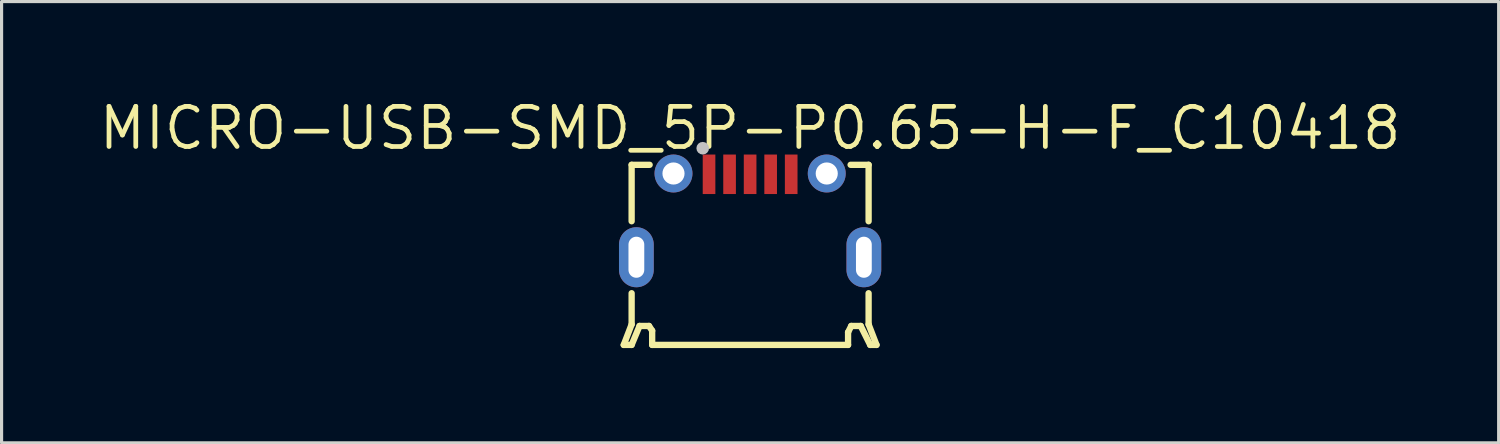
<source format=kicad_pcb>
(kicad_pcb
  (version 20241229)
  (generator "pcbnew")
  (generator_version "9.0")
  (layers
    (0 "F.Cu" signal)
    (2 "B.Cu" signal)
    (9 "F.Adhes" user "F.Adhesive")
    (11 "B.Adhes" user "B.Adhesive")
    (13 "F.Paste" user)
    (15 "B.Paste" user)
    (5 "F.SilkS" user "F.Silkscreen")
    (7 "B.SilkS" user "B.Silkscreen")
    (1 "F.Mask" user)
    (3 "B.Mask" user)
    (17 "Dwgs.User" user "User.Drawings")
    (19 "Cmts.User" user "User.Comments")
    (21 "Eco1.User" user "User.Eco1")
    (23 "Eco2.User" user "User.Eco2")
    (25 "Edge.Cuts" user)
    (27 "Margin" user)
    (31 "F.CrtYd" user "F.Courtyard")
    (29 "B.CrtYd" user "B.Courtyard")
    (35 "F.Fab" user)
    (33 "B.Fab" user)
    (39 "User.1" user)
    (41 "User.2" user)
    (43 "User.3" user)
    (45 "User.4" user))
  (footprint "MICRO-USB-SMD_5P-P0.65-H-F_C10418"
    (layer "F.Cu")
    (at 20.69 3.766)
    (property "Reference" "MICRO-USB-SMD_5P-P0.65-H-F_C10418" (at 0 -2.76 0) (layer "F.SilkS") (effects (font (size 1.27 1.27) (thickness 0.15))))
    (fp_line (start -4 4.1) (end -3.75 4.1) (stroke (width 0.2) (type default)) (layer "F.SilkS"))
    (fp_line (start -3.75 3.45) (end -4 4.1) (stroke (width 0.2) (type default)) (layer "F.SilkS"))
    (fp_line (start -3.75 4.1) (end -3.5 3.5) (stroke (width 0.2) (type default)) (layer "F.SilkS"))
    (fp_line (start -3.75 -1.6) (end -3.75 0.186) (stroke (width 0.2) (type default)) (layer "F.SilkS"))
    (fp_line (start -3.75 2.464) (end -3.75 3.45) (stroke (width 0.2) (type default)) (layer "F.SilkS"))
    (fp_line (start -3.5 3.5) (end -3.2 3.5) (stroke (width 0.2) (type default)) (layer "F.SilkS"))
    (fp_line (start -3.2 3.5) (end -3.1 3.65) (stroke (width 0.2) (type default)) (layer "F.SilkS"))
    (fp_line (start -3.18 -1.6) (end -3.75 -1.6) (stroke (width 0.2) (type default)) (layer "F.SilkS"))
    (fp_line (start -3.1 4.1) (end 3.1 4.1) (stroke (width 0.2) (type default)) (layer "F.SilkS"))
    (fp_line (start -3.1 3.65) (end -3.1 4.1) (stroke (width 0.2) (type default)) (layer "F.SilkS"))
    (fp_line (start 3.1 3.7) (end 3.2 3.5) (stroke (width 0.2) (type default)) (layer "F.SilkS"))
    (fp_line (start 3.1 4.1) (end 3.1 3.7) (stroke (width 0.2) (type default)) (layer "F.SilkS"))
    (fp_line (start 3.18 -1.6) (end 3.75 -1.6) (stroke (width 0.2) (type default)) (layer "F.SilkS"))
    (fp_line (start 3.2 3.5) (end 3.5 3.5) (stroke (width 0.2) (type default)) (layer "F.SilkS"))
    (fp_line (start 3.5 3.5) (end 3.8 4.1) (stroke (width 0.2) (type default)) (layer "F.SilkS"))
    (fp_line (start 3.75 -1.6) (end 3.75 0.186) (stroke (width 0.2) (type default)) (layer "F.SilkS"))
    (fp_line (start 3.75 2.464) (end 3.75 3.45) (stroke (width 0.2) (type default)) (layer "F.SilkS"))
    (fp_line (start 3.8 4.1) (end 4 4.1) (stroke (width 0.2) (type default)) (layer "F.SilkS"))
    (fp_line (start 4 4.1) (end 3.75 3.45) (stroke (width 0.2) (type default)) (layer "F.SilkS"))
    (fp_circle (center -1.5 -2.125) (end -1.4 -2.125) (stroke (width 0.2) (type default)) (fill no) (layer "Dwgs.User"))
    (fp_circle (center -3.75 -1.695) (end -3.72 -1.695) (stroke (width 0.06) (type default)) (fill no) (layer "User.5"))
    (pad "1" smd rect (at -1.3 -1.3 270) (size 1.25 0.4) (layers "F.Cu" "F.Mask" "F.Paste"))
    (pad "2" smd rect (at -0.65 -1.3 270) (size 1.25 0.4) (layers "F.Cu" "F.Mask" "F.Paste"))
    (pad "3" smd rect (at 0 -1.3 270) (size 1.25 0.4) (layers "F.Cu" "F.Mask" "F.Paste"))
    (pad "4" smd rect (at 0.65 -1.3 270) (size 1.25 0.4) (layers "F.Cu" "F.Mask" "F.Paste"))
    (pad "5" smd rect (at 1.3 -1.3 270) (size 1.25 0.4) (layers "F.Cu" "F.Mask" "F.Paste"))
    (pad "SH0" thru_hole oval (at -2.425 -1.325) (size 1.2 1.2) (drill 0.7) (layers "*.Cu" "*.Mask"))
    (pad "SH1" thru_hole oval (at -3.6 1.325) (size 1.1 1.9) (drill oval 0.5 1.3) (layers "*.Cu" "*.Mask"))
    (pad "SH2" thru_hole oval (at 3.6 1.325) (size 1.1 1.9) (drill oval 0.5 1.3) (layers "*.Cu" "*.Mask"))
    (pad "SH3" thru_hole oval (at 2.425 -1.325) (size 1.2 1.2) (drill 0.7) (layers "*.Cu" "*.Mask"))
    (zone (net_name "") (layer "F.Paste") (hatch edge 0.5) (priority 100) (connect_pads yes) (min_thickness 0) (filled_areas_thickness no) (fill yes) (polygon (pts (xy 19.19 1.841) (xy 19.19 3.091) (xy 19.59 3.091) (xy 19.59 1.841))) (filled_polygon (layer "F.Paste") (island) (pts (xy 19.19 1.841) (xy 19.19 3.091) (xy 19.59 3.091) (xy 19.59 1.841))))
    (zone (net_name "") (layer "F.Paste") (hatch edge 0.5) (priority 100) (connect_pads yes) (min_thickness 0) (filled_areas_thickness no) (fill yes) (polygon (pts (xy 19.84 1.841) (xy 19.84 3.091) (xy 20.24 3.091) (xy 20.24 1.841))) (filled_polygon (layer "F.Paste") (island) (pts (xy 19.84 1.841) (xy 19.84 3.091) (xy 20.24 3.091) (xy 20.24 1.841))))
    (zone (net_name "") (layer "F.Paste") (hatch edge 0.5) (priority 100) (connect_pads yes) (min_thickness 0) (filled_areas_thickness no) (fill yes) (polygon (pts (xy 20.49 1.841) (xy 20.49 3.091) (xy 20.89 3.091) (xy 20.89 1.841))) (filled_polygon (layer "F.Paste") (island) (pts (xy 20.49 1.841) (xy 20.49 3.091) (xy 20.89 3.091) (xy 20.89 1.841))))
    (zone (net_name "") (layer "F.Paste") (hatch edge 0.5) (priority 100) (connect_pads yes) (min_thickness 0) (filled_areas_thickness no) (fill yes) (polygon (pts (xy 21.14 1.841) (xy 21.14 3.091) (xy 21.54 3.091) (xy 21.54 1.841))) (filled_polygon (layer "F.Paste") (island) (pts (xy 21.14 1.841) (xy 21.14 3.091) (xy 21.54 3.091) (xy 21.54 1.841))))
    (zone (net_name "") (layer "F.Paste") (hatch edge 0.5) (priority 100) (connect_pads yes) (min_thickness 0) (filled_areas_thickness no) (fill yes) (polygon (pts (xy 21.79 1.841) (xy 21.79 3.091) (xy 22.19 3.091) (xy 22.19 1.841))) (filled_polygon (layer "F.Paste") (island) (pts (xy 21.79 1.841) (xy 21.79 3.091) (xy 22.19 3.091) (xy 22.19 1.841))))
    (zone (net_name "") (layer "F.Paste") (hatch edge 0.5) (priority 100) (connect_pads yes) (min_thickness 0) (filled_areas_thickness no) (fill yes) (polygon (pts (xy 17.131 4.143) (xy 17.104 4.141) (xy 17.076 4.141) (xy 17.049 4.143) (xy 17.022 4.145) (xy 16.995 4.149) (xy 16.968 4.155) (xy 16.941 4.162) (xy 16.915 4.17) (xy 16.889 4.179) (xy 16.864 4.19) (xy 16.839 4.202) (xy 16.815 4.215) (xy 16.792 4.229) (xy 16.769 4.245) (xy 16.747 4.261) (xy 16.726 4.279) (xy 16.706 4.298) (xy 16.687 4.317) (xy 16.669 4.338) (xy 16.652 4.359) (xy 16.636 4.381) (xy 16.621 4.404) (xy 16.607 4.428) (xy 16.595 4.453) (xy 16.583 4.478) (xy 16.573 4.503) (xy 16.565 4.529) (xy 16.557 4.556) (xy 16.551 4.582) (xy 16.546 4.609) (xy 16.543 4.636) (xy 16.541 4.664) (xy 16.54 4.691) (xy 16.54 5.491) (xy 16.541 5.519) (xy 16.543 5.546) (xy 16.546 5.573) (xy 16.551 5.6) (xy 16.557 5.627) (xy 16.565 5.653) (xy 16.573 5.679) (xy 16.583 5.705) (xy 16.595 5.73) (xy 16.607 5.754) (xy 16.621 5.778) (xy 16.636 5.801) (xy 16.652 5.823) (xy 16.669 5.845) (xy 16.687 5.865) (xy 16.706 5.885) (xy 16.726 5.904) (xy 16.747 5.921) (xy 16.769 5.938) (xy 16.792 5.953) (xy 16.815 5.968) (xy 16.839 5.981) (xy 16.864 5.992) (xy 16.889 6.003) (xy 16.915 6.013) (xy 16.941 6.021) (xy 16.968 6.027) (xy 16.995 6.033) (xy 17.022 6.037) (xy 17.049 6.04) (xy 17.076 6.041) (xy 17.104 6.041) (xy 17.131 6.04) (xy 17.159 6.037) (xy 17.186 6.033) (xy 17.213 6.027) (xy 17.239 6.021) (xy 17.265 6.013) (xy 17.291 6.003) (xy 17.316 5.992) (xy 17.341 5.981) (xy 17.365 5.968) (xy 17.389 5.953) (xy 17.411 5.938) (xy 17.433 5.921) (xy 17.454 5.904) (xy 17.474 5.885) (xy 17.493 5.865) (xy 17.512 5.845) (xy 17.529 5.823) (xy 17.545 5.801) (xy 17.56 5.778) (xy 17.573 5.754) (xy 17.586 5.73) (xy 17.597 5.705) (xy 17.607 5.679) (xy 17.616 5.653) (xy 17.623 5.627) (xy 17.629 5.6) (xy 17.634 5.573) (xy 17.637 5.546) (xy 17.64 5.519) (xy 17.64 5.491) (xy 17.64 4.691) (xy 17.64 4.664) (xy 17.637 4.636) (xy 17.634 4.609) (xy 17.629 4.582) (xy 17.623 4.556) (xy 17.616 4.529) (xy 17.607 4.503) (xy 17.597 4.478) (xy 17.586 4.453) (xy 17.573 4.428) (xy 17.56 4.404) (xy 17.545 4.381) (xy 17.529 4.359) (xy 17.512 4.338) (xy 17.493 4.317) (xy 17.474 4.298) (xy 17.454 4.279) (xy 17.433 4.261) (xy 17.411 4.245) (xy 17.389 4.229) (xy 17.365 4.215) (xy 17.341 4.202) (xy 17.316 4.19) (xy 17.291 4.179) (xy 17.265 4.17) (xy 17.239 4.162) (xy 17.213 4.155) (xy 17.186 4.149) (xy 17.159 4.145))) (filled_polygon (layer "F.Paste") (island) (pts (xy 17.131 4.143) (xy 17.104 4.141) (xy 17.076 4.141) (xy 17.049 4.143) (xy 17.022 4.145) (xy 16.995 4.149) (xy 16.968 4.155) (xy 16.941 4.162) (xy 16.915 4.17) (xy 16.889 4.179) (xy 16.864 4.19) (xy 16.839 4.202) (xy 16.815 4.215) (xy 16.792 4.229) (xy 16.769 4.245) (xy 16.747 4.261) (xy 16.726 4.279) (xy 16.706 4.298) (xy 16.687 4.317) (xy 16.669 4.338) (xy 16.652 4.359) (xy 16.636 4.381) (xy 16.621 4.404) (xy 16.607 4.428) (xy 16.595 4.453) (xy 16.583 4.478) (xy 16.573 4.503) (xy 16.565 4.529) (xy 16.557 4.556) (xy 16.551 4.582) (xy 16.546 4.609) (xy 16.543 4.636) (xy 16.541 4.664) (xy 16.54 4.691) (xy 16.54 5.491) (xy 16.541 5.519) (xy 16.543 5.546) (xy 16.546 5.573) (xy 16.551 5.6) (xy 16.557 5.627) (xy 16.565 5.653) (xy 16.573 5.679) (xy 16.583 5.705) (xy 16.595 5.73) (xy 16.607 5.754) (xy 16.621 5.778) (xy 16.636 5.801) (xy 16.652 5.823) (xy 16.669 5.845) (xy 16.687 5.865) (xy 16.706 5.885) (xy 16.726 5.904) (xy 16.747 5.921) (xy 16.769 5.938) (xy 16.792 5.953) (xy 16.815 5.968) (xy 16.839 5.981) (xy 16.864 5.992) (xy 16.889 6.003) (xy 16.915 6.013) (xy 16.941 6.021) (xy 16.968 6.027) (xy 16.995 6.033) (xy 17.022 6.037) (xy 17.049 6.04) (xy 17.076 6.041) (xy 17.104 6.041) (xy 17.131 6.04) (xy 17.159 6.037) (xy 17.186 6.033) (xy 17.213 6.027) (xy 17.239 6.021) (xy 17.265 6.013) (xy 17.291 6.003) (xy 17.316 5.992) (xy 17.341 5.981) (xy 17.365 5.968) (xy 17.389 5.953) (xy 17.411 5.938) (xy 17.433 5.921) (xy 17.454 5.904) (xy 17.474 5.885) (xy 17.493 5.865) (xy 17.512 5.845) (xy 17.529 5.823) (xy 17.545 5.801) (xy 17.56 5.778) (xy 17.573 5.754) (xy 17.586 5.73) (xy 17.597 5.705) (xy 17.607 5.679) (xy 17.616 5.653) (xy 17.623 5.627) (xy 17.629 5.6) (xy 17.634 5.573) (xy 17.637 5.546) (xy 17.64 5.519) (xy 17.64 5.491) (xy 17.64 4.691) (xy 17.64 4.664) (xy 17.637 4.636) (xy 17.634 4.609) (xy 17.629 4.582) (xy 17.623 4.556) (xy 17.616 4.529) (xy 17.607 4.503) (xy 17.597 4.478) (xy 17.586 4.453) (xy 17.573 4.428) (xy 17.56 4.404) (xy 17.545 4.381) (xy 17.529 4.359) (xy 17.512 4.338) (xy 17.493 4.317) (xy 17.474 4.298) (xy 17.454 4.279) (xy 17.433 4.261) (xy 17.411 4.245) (xy 17.389 4.229) (xy 17.365 4.215) (xy 17.341 4.202) (xy 17.316 4.19) (xy 17.291 4.179) (xy 17.265 4.17) (xy 17.239 4.162) (xy 17.213 4.155) (xy 17.186 4.149) (xy 17.159 4.145))))
    (zone (net_name "") (layer "F.Paste") (hatch edge 0.5) (priority 100) (connect_pads yes) (min_thickness 0) (filled_areas_thickness no) (fill yes) (polygon (pts (xy 24.276 4.141) (xy 24.249 4.143) (xy 24.222 4.145) (xy 24.195 4.149) (xy 24.168 4.155) (xy 24.141 4.162) (xy 24.115 4.17) (xy 24.089 4.179) (xy 24.064 4.19) (xy 24.039 4.202) (xy 24.015 4.215) (xy 23.992 4.229) (xy 23.969 4.245) (xy 23.947 4.261) (xy 23.926 4.279) (xy 23.906 4.298) (xy 23.887 4.317) (xy 23.869 4.338) (xy 23.852 4.359) (xy 23.836 4.381) (xy 23.821 4.404) (xy 23.807 4.428) (xy 23.795 4.453) (xy 23.783 4.478) (xy 23.773 4.503) (xy 23.765 4.529) (xy 23.757 4.556) (xy 23.751 4.582) (xy 23.746 4.609) (xy 23.743 4.636) (xy 23.741 4.664) (xy 23.74 4.691) (xy 23.74 5.491) (xy 23.741 5.519) (xy 23.743 5.546) (xy 23.746 5.573) (xy 23.751 5.6) (xy 23.757 5.627) (xy 23.765 5.653) (xy 23.773 5.679) (xy 23.783 5.705) (xy 23.795 5.73) (xy 23.807 5.754) (xy 23.821 5.778) (xy 23.836 5.801) (xy 23.852 5.823) (xy 23.869 5.845) (xy 23.887 5.865) (xy 23.906 5.885) (xy 23.926 5.904) (xy 23.947 5.921) (xy 23.969 5.938) (xy 23.992 5.953) (xy 24.015 5.968) (xy 24.039 5.981) (xy 24.064 5.992) (xy 24.089 6.003) (xy 24.115 6.013) (xy 24.141 6.021) (xy 24.168 6.027) (xy 24.195 6.033) (xy 24.222 6.037) (xy 24.249 6.04) (xy 24.276 6.041) (xy 24.304 6.041) (xy 24.331 6.04) (xy 24.358 6.037) (xy 24.386 6.033) (xy 24.412 6.027) (xy 24.439 6.021) (xy 24.465 6.013) (xy 24.491 6.003) (xy 24.516 5.992) (xy 24.541 5.981) (xy 24.565 5.968) (xy 24.588 5.953) (xy 24.611 5.938) (xy 24.633 5.921) (xy 24.654 5.904) (xy 24.674 5.885) (xy 24.693 5.865) (xy 24.711 5.845) (xy 24.729 5.823) (xy 24.745 5.801) (xy 24.759 5.778) (xy 24.773 5.754) (xy 24.786 5.73) (xy 24.797 5.705) (xy 24.807 5.679) (xy 24.816 5.653) (xy 24.823 5.627) (xy 24.829 5.6) (xy 24.834 5.573) (xy 24.837 5.546) (xy 24.839 5.519) (xy 24.84 5.491) (xy 24.84 4.691) (xy 24.839 4.664) (xy 24.837 4.636) (xy 24.834 4.609) (xy 24.829 4.582) (xy 24.823 4.556) (xy 24.816 4.529) (xy 24.807 4.503) (xy 24.797 4.478) (xy 24.786 4.453) (xy 24.773 4.428) (xy 24.759 4.404) (xy 24.745 4.381) (xy 24.729 4.359) (xy 24.711 4.338) (xy 24.693 4.317) (xy 24.674 4.298) (xy 24.654 4.279) (xy 24.633 4.261) (xy 24.611 4.245) (xy 24.588 4.229) (xy 24.565 4.215) (xy 24.541 4.202) (xy 24.516 4.19) (xy 24.491 4.179) (xy 24.465 4.17) (xy 24.439 4.162) (xy 24.412 4.155) (xy 24.386 4.149) (xy 24.358 4.145) (xy 24.331 4.143) (xy 24.304 4.141))) (filled_polygon (layer "F.Paste") (island) (pts (xy 24.276 4.141) (xy 24.249 4.143) (xy 24.222 4.145) (xy 24.195 4.149) (xy 24.168 4.155) (xy 24.141 4.162) (xy 24.115 4.17) (xy 24.089 4.179) (xy 24.064 4.19) (xy 24.039 4.202) (xy 24.015 4.215) (xy 23.992 4.229) (xy 23.969 4.245) (xy 23.947 4.261) (xy 23.926 4.279) (xy 23.906 4.298) (xy 23.887 4.317) (xy 23.869 4.338) (xy 23.852 4.359) (xy 23.836 4.381) (xy 23.821 4.404) (xy 23.807 4.428) (xy 23.795 4.453) (xy 23.783 4.478) (xy 23.773 4.503) (xy 23.765 4.529) (xy 23.757 4.556) (xy 23.751 4.582) (xy 23.746 4.609) (xy 23.743 4.636) (xy 23.741 4.664) (xy 23.74 4.691) (xy 23.74 5.491) (xy 23.741 5.519) (xy 23.743 5.546) (xy 23.746 5.573) (xy 23.751 5.6) (xy 23.757 5.627) (xy 23.765 5.653) (xy 23.773 5.679) (xy 23.783 5.705) (xy 23.795 5.73) (xy 23.807 5.754) (xy 23.821 5.778) (xy 23.836 5.801) (xy 23.852 5.823) (xy 23.869 5.845) (xy 23.887 5.865) (xy 23.906 5.885) (xy 23.926 5.904) (xy 23.947 5.921) (xy 23.969 5.938) (xy 23.992 5.953) (xy 24.015 5.968) (xy 24.039 5.981) (xy 24.064 5.992) (xy 24.089 6.003) (xy 24.115 6.013) (xy 24.141 6.021) (xy 24.168 6.027) (xy 24.195 6.033) (xy 24.222 6.037) (xy 24.249 6.04) (xy 24.276 6.041) (xy 24.304 6.041) (xy 24.331 6.04) (xy 24.358 6.037) (xy 24.386 6.033) (xy 24.412 6.027) (xy 24.439 6.021) (xy 24.465 6.013) (xy 24.491 6.003) (xy 24.516 5.992) (xy 24.541 5.981) (xy 24.565 5.968) (xy 24.588 5.953) (xy 24.611 5.938) (xy 24.633 5.921) (xy 24.654 5.904) (xy 24.674 5.885) (xy 24.693 5.865) (xy 24.711 5.845) (xy 24.729 5.823) (xy 24.745 5.801) (xy 24.759 5.778) (xy 24.773 5.754) (xy 24.786 5.73) (xy 24.797 5.705) (xy 24.807 5.679) (xy 24.816 5.653) (xy 24.823 5.627) (xy 24.829 5.6) (xy 24.834 5.573) (xy 24.837 5.546) (xy 24.839 5.519) (xy 24.84 5.491) (xy 24.84 4.691) (xy 24.839 4.664) (xy 24.837 4.636) (xy 24.834 4.609) (xy 24.829 4.582) (xy 24.823 4.556) (xy 24.816 4.529) (xy 24.807 4.503) (xy 24.797 4.478) (xy 24.786 4.453) (xy 24.773 4.428) (xy 24.759 4.404) (xy 24.745 4.381) (xy 24.729 4.359) (xy 24.711 4.338) (xy 24.693 4.317) (xy 24.674 4.298) (xy 24.654 4.279) (xy 24.633 4.261) (xy 24.611 4.245) (xy 24.588 4.229) (xy 24.565 4.215) (xy 24.541 4.202) (xy 24.516 4.19) (xy 24.491 4.179) (xy 24.465 4.17) (xy 24.439 4.162) (xy 24.412 4.155) (xy 24.386 4.149) (xy 24.358 4.145) (xy 24.331 4.143) (xy 24.304 4.141))))
    (zone (net_name "") (layer "F.Paste") (hatch edge 0.5) (priority 100) (connect_pads yes) (min_thickness 0) (filled_areas_thickness no) (fill yes) (polygon (pts (xy 18.297 1.842) (xy 18.272 1.841) (xy 18.246 1.841) (xy 18.221 1.843) (xy 18.196 1.845) (xy 18.171 1.849) (xy 18.146 1.853) (xy 18.121 1.859) (xy 18.097 1.865) (xy 18.073 1.873) (xy 18.049 1.882) (xy 18.025 1.891) (xy 18.002 1.902) (xy 17.98 1.913) (xy 17.958 1.926) (xy 17.936 1.939) (xy 17.916 1.954) (xy 17.895 1.969) (xy 17.876 1.985) (xy 17.857 2.002) (xy 17.839 2.019) (xy 17.821 2.038) (xy 17.805 2.057) (xy 17.789 2.076) (xy 17.774 2.097) (xy 17.76 2.118) (xy 17.747 2.139) (xy 17.734 2.162) (xy 17.723 2.184) (xy 17.713 2.207) (xy 17.703 2.231) (xy 17.695 2.255) (xy 17.688 2.279) (xy 17.681 2.303) (xy 17.676 2.328) (xy 17.672 2.353) (xy 17.669 2.378) (xy 17.666 2.403) (xy 17.665 2.429) (xy 17.665 2.454) (xy 17.666 2.479) (xy 17.669 2.504) (xy 17.672 2.529) (xy 17.676 2.554) (xy 17.681 2.579) (xy 17.688 2.604) (xy 17.695 2.628) (xy 17.703 2.652) (xy 17.713 2.675) (xy 17.723 2.698) (xy 17.734 2.721) (xy 17.747 2.743) (xy 17.76 2.765) (xy 17.774 2.786) (xy 17.789 2.806) (xy 17.805 2.826) (xy 17.821 2.845) (xy 17.839 2.863) (xy 17.857 2.881) (xy 17.876 2.898) (xy 17.895 2.914) (xy 17.916 2.929) (xy 17.936 2.943) (xy 17.958 2.957) (xy 17.98 2.969) (xy 18.002 2.981) (xy 18.025 2.991) (xy 18.049 3.001) (xy 18.073 3.01) (xy 18.097 3.017) (xy 18.121 3.024) (xy 18.146 3.029) (xy 18.171 3.034) (xy 18.196 3.037) (xy 18.221 3.04) (xy 18.246 3.041) (xy 18.272 3.041) (xy 18.297 3.04) (xy 18.322 3.038) (xy 18.347 3.036) (xy 18.372 3.032) (xy 18.397 3.027) (xy 18.422 3.021) (xy 18.446 3.013) (xy 18.47 3.005) (xy 18.493 2.996) (xy 18.517 2.986) (xy 18.539 2.975) (xy 18.562 2.963) (xy 18.583 2.95) (xy 18.604 2.936) (xy 18.625 2.921) (xy 18.645 2.906) (xy 18.664 2.889) (xy 18.683 2.872) (xy 18.701 2.854) (xy 18.718 2.835) (xy 18.734 2.816) (xy 18.749 2.796) (xy 18.764 2.775) (xy 18.777 2.754) (xy 18.79 2.732) (xy 18.802 2.71) (xy 18.813 2.687) (xy 18.823 2.663) (xy 18.831 2.64) (xy 18.839 2.616) (xy 18.846 2.591) (xy 18.852 2.567) (xy 18.857 2.542) (xy 18.86 2.517) (xy 18.863 2.492) (xy 18.865 2.466) (xy 18.865 2.441) (xy 18.865 2.416) (xy 18.863 2.391) (xy 18.86 2.365) (xy 18.857 2.341) (xy 18.852 2.316) (xy 18.846 2.291) (xy 18.839 2.267) (xy 18.831 2.243) (xy 18.823 2.219) (xy 18.813 2.196) (xy 18.802 2.173) (xy 18.79 2.15) (xy 18.777 2.128) (xy 18.764 2.107) (xy 18.749 2.087) (xy 18.734 2.066) (xy 18.718 2.047) (xy 18.701 2.028) (xy 18.683 2.01) (xy 18.664 1.993) (xy 18.645 1.977) (xy 18.625 1.961) (xy 18.604 1.946) (xy 18.583 1.932) (xy 18.562 1.919) (xy 18.539 1.907) (xy 18.517 1.896) (xy 18.493 1.886) (xy 18.47 1.877) (xy 18.446 1.869) (xy 18.422 1.862) (xy 18.397 1.856) (xy 18.372 1.851) (xy 18.347 1.847) (xy 18.322 1.844))) (filled_polygon (layer "F.Paste") (island) (pts (xy 18.297 1.842) (xy 18.272 1.841) (xy 18.246 1.841) (xy 18.221 1.843) (xy 18.196 1.845) (xy 18.171 1.849) (xy 18.146 1.853) (xy 18.121 1.859) (xy 18.097 1.865) (xy 18.073 1.873) (xy 18.049 1.882) (xy 18.025 1.891) (xy 18.002 1.902) (xy 17.98 1.913) (xy 17.958 1.926) (xy 17.936 1.939) (xy 17.916 1.954) (xy 17.895 1.969) (xy 17.876 1.985) (xy 17.857 2.002) (xy 17.839 2.019) (xy 17.821 2.038) (xy 17.805 2.057) (xy 17.789 2.076) (xy 17.774 2.097) (xy 17.76 2.118) (xy 17.747 2.139) (xy 17.734 2.162) (xy 17.723 2.184) (xy 17.713 2.207) (xy 17.703 2.231) (xy 17.695 2.255) (xy 17.688 2.279) (xy 17.681 2.303) (xy 17.676 2.328) (xy 17.672 2.353) (xy 17.669 2.378) (xy 17.666 2.403) (xy 17.665 2.429) (xy 17.665 2.454) (xy 17.666 2.479) (xy 17.669 2.504) (xy 17.672 2.529) (xy 17.676 2.554) (xy 17.681 2.579) (xy 17.688 2.604) (xy 17.695 2.628) (xy 17.703 2.652) (xy 17.713 2.675) (xy 17.723 2.698) (xy 17.734 2.721) (xy 17.747 2.743) (xy 17.76 2.765) (xy 17.774 2.786) (xy 17.789 2.806) (xy 17.805 2.826) (xy 17.821 2.845) (xy 17.839 2.863) (xy 17.857 2.881) (xy 17.876 2.898) (xy 17.895 2.914) (xy 17.916 2.929) (xy 17.936 2.943) (xy 17.958 2.957) (xy 17.98 2.969) (xy 18.002 2.981) (xy 18.025 2.991) (xy 18.049 3.001) (xy 18.073 3.01) (xy 18.097 3.017) (xy 18.121 3.024) (xy 18.146 3.029) (xy 18.171 3.034) (xy 18.196 3.037) (xy 18.221 3.04) (xy 18.246 3.041) (xy 18.272 3.041) (xy 18.297 3.04) (xy 18.322 3.038) (xy 18.347 3.036) (xy 18.372 3.032) (xy 18.397 3.027) (xy 18.422 3.021) (xy 18.446 3.013) (xy 18.47 3.005) (xy 18.493 2.996) (xy 18.517 2.986) (xy 18.539 2.975) (xy 18.562 2.963) (xy 18.583 2.95) (xy 18.604 2.936) (xy 18.625 2.921) (xy 18.645 2.906) (xy 18.664 2.889) (xy 18.683 2.872) (xy 18.701 2.854) (xy 18.718 2.835) (xy 18.734 2.816) (xy 18.749 2.796) (xy 18.764 2.775) (xy 18.777 2.754) (xy 18.79 2.732) (xy 18.802 2.71) (xy 18.813 2.687) (xy 18.823 2.663) (xy 18.831 2.64) (xy 18.839 2.616) (xy 18.846 2.591) (xy 18.852 2.567) (xy 18.857 2.542) (xy 18.86 2.517) (xy 18.863 2.492) (xy 18.865 2.466) (xy 18.865 2.441) (xy 18.865 2.416) (xy 18.863 2.391) (xy 18.86 2.365) (xy 18.857 2.341) (xy 18.852 2.316) (xy 18.846 2.291) (xy 18.839 2.267) (xy 18.831 2.243) (xy 18.823 2.219) (xy 18.813 2.196) (xy 18.802 2.173) (xy 18.79 2.15) (xy 18.777 2.128) (xy 18.764 2.107) (xy 18.749 2.087) (xy 18.734 2.066) (xy 18.718 2.047) (xy 18.701 2.028) (xy 18.683 2.01) (xy 18.664 1.993) (xy 18.645 1.977) (xy 18.625 1.961) (xy 18.604 1.946) (xy 18.583 1.932) (xy 18.562 1.919) (xy 18.539 1.907) (xy 18.517 1.896) (xy 18.493 1.886) (xy 18.47 1.877) (xy 18.446 1.869) (xy 18.422 1.862) (xy 18.397 1.856) (xy 18.372 1.851) (xy 18.347 1.847) (xy 18.322 1.844))))
    (zone (net_name "") (layer "F.Paste") (hatch edge 0.5) (priority 100) (connect_pads yes) (min_thickness 0) (filled_areas_thickness no) (fill yes) (polygon (pts (xy 23.147 1.842) (xy 23.121 1.841) (xy 23.096 1.841) (xy 23.071 1.843) (xy 23.046 1.845) (xy 23.021 1.849) (xy 22.996 1.853) (xy 22.971 1.859) (xy 22.947 1.865) (xy 22.922 1.873) (xy 22.899 1.882) (xy 22.875 1.891) (xy 22.852 1.902) (xy 22.83 1.913) (xy 22.808 1.926) (xy 22.786 1.939) (xy 22.765 1.954) (xy 22.745 1.969) (xy 22.726 1.985) (xy 22.707 2.002) (xy 22.689 2.019) (xy 22.671 2.038) (xy 22.655 2.057) (xy 22.639 2.076) (xy 22.624 2.097) (xy 22.61 2.118) (xy 22.597 2.139) (xy 22.584 2.162) (xy 22.573 2.184) (xy 22.563 2.207) (xy 22.553 2.231) (xy 22.545 2.255) (xy 22.537 2.279) (xy 22.531 2.303) (xy 22.526 2.328) (xy 22.522 2.353) (xy 22.518 2.378) (xy 22.516 2.403) (xy 22.515 2.429) (xy 22.515 2.454) (xy 22.516 2.479) (xy 22.518 2.504) (xy 22.522 2.529) (xy 22.526 2.554) (xy 22.531 2.579) (xy 22.537 2.604) (xy 22.545 2.628) (xy 22.553 2.652) (xy 22.563 2.675) (xy 22.573 2.698) (xy 22.584 2.721) (xy 22.597 2.743) (xy 22.61 2.765) (xy 22.624 2.786) (xy 22.639 2.806) (xy 22.655 2.826) (xy 22.671 2.845) (xy 22.689 2.863) (xy 22.707 2.881) (xy 22.726 2.898) (xy 22.745 2.914) (xy 22.765 2.929) (xy 22.786 2.943) (xy 22.808 2.957) (xy 22.83 2.969) (xy 22.852 2.981) (xy 22.875 2.991) (xy 22.899 3.001) (xy 22.922 3.01) (xy 22.947 3.017) (xy 22.971 3.024) (xy 22.996 3.029) (xy 23.021 3.034) (xy 23.046 3.037) (xy 23.071 3.04) (xy 23.096 3.041) (xy 23.121 3.041) (xy 23.147 3.04) (xy 23.172 3.038) (xy 23.197 3.036) (xy 23.222 3.032) (xy 23.247 3.027) (xy 23.271 3.021) (xy 23.296 3.013) (xy 23.32 3.005) (xy 23.343 2.996) (xy 23.366 2.986) (xy 23.389 2.975) (xy 23.411 2.963) (xy 23.433 2.95) (xy 23.454 2.936) (xy 23.475 2.921) (xy 23.495 2.906) (xy 23.514 2.889) (xy 23.533 2.872) (xy 23.55 2.854) (xy 23.567 2.835) (xy 23.584 2.816) (xy 23.599 2.796) (xy 23.614 2.775) (xy 23.627 2.754) (xy 23.64 2.732) (xy 23.652 2.71) (xy 23.663 2.687) (xy 23.672 2.663) (xy 23.681 2.64) (xy 23.689 2.616) (xy 23.696 2.591) (xy 23.702 2.567) (xy 23.707 2.542) (xy 23.71 2.517) (xy 23.713 2.492) (xy 23.715 2.466) (xy 23.715 2.441) (xy 23.715 2.416) (xy 23.713 2.391) (xy 23.71 2.365) (xy 23.707 2.341) (xy 23.702 2.316) (xy 23.696 2.291) (xy 23.689 2.267) (xy 23.681 2.243) (xy 23.672 2.219) (xy 23.663 2.196) (xy 23.652 2.173) (xy 23.64 2.15) (xy 23.627 2.128) (xy 23.614 2.107) (xy 23.599 2.087) (xy 23.584 2.066) (xy 23.567 2.047) (xy 23.55 2.028) (xy 23.533 2.01) (xy 23.514 1.993) (xy 23.495 1.977) (xy 23.475 1.961) (xy 23.454 1.946) (xy 23.433 1.932) (xy 23.411 1.919) (xy 23.389 1.907) (xy 23.366 1.896) (xy 23.343 1.886) (xy 23.32 1.877) (xy 23.296 1.869) (xy 23.271 1.862) (xy 23.247 1.856) (xy 23.222 1.851) (xy 23.197 1.847) (xy 23.172 1.844))) (filled_polygon (layer "F.Paste") (island) (pts (xy 23.147 1.842) (xy 23.121 1.841) (xy 23.096 1.841) (xy 23.071 1.843) (xy 23.046 1.845) (xy 23.021 1.849) (xy 22.996 1.853) (xy 22.971 1.859) (xy 22.947 1.865) (xy 22.922 1.873) (xy 22.899 1.882) (xy 22.875 1.891) (xy 22.852 1.902) (xy 22.83 1.913) (xy 22.808 1.926) (xy 22.786 1.939) (xy 22.765 1.954) (xy 22.745 1.969) (xy 22.726 1.985) (xy 22.707 2.002) (xy 22.689 2.019) (xy 22.671 2.038) (xy 22.655 2.057) (xy 22.639 2.076) (xy 22.624 2.097) (xy 22.61 2.118) (xy 22.597 2.139) (xy 22.584 2.162) (xy 22.573 2.184) (xy 22.563 2.207) (xy 22.553 2.231) (xy 22.545 2.255) (xy 22.537 2.279) (xy 22.531 2.303) (xy 22.526 2.328) (xy 22.522 2.353) (xy 22.518 2.378) (xy 22.516 2.403) (xy 22.515 2.429) (xy 22.515 2.454) (xy 22.516 2.479) (xy 22.518 2.504) (xy 22.522 2.529) (xy 22.526 2.554) (xy 22.531 2.579) (xy 22.537 2.604) (xy 22.545 2.628) (xy 22.553 2.652) (xy 22.563 2.675) (xy 22.573 2.698) (xy 22.584 2.721) (xy 22.597 2.743) (xy 22.61 2.765) (xy 22.624 2.786) (xy 22.639 2.806) (xy 22.655 2.826) (xy 22.671 2.845) (xy 22.689 2.863) (xy 22.707 2.881) (xy 22.726 2.898) (xy 22.745 2.914) (xy 22.765 2.929) (xy 22.786 2.943) (xy 22.808 2.957) (xy 22.83 2.969) (xy 22.852 2.981) (xy 22.875 2.991) (xy 22.899 3.001) (xy 22.922 3.01) (xy 22.947 3.017) (xy 22.971 3.024) (xy 22.996 3.029) (xy 23.021 3.034) (xy 23.046 3.037) (xy 23.071 3.04) (xy 23.096 3.041) (xy 23.121 3.041) (xy 23.147 3.04) (xy 23.172 3.038) (xy 23.197 3.036) (xy 23.222 3.032) (xy 23.247 3.027) (xy 23.271 3.021) (xy 23.296 3.013) (xy 23.32 3.005) (xy 23.343 2.996) (xy 23.366 2.986) (xy 23.389 2.975) (xy 23.411 2.963) (xy 23.433 2.95) (xy 23.454 2.936) (xy 23.475 2.921) (xy 23.495 2.906) (xy 23.514 2.889) (xy 23.533 2.872) (xy 23.55 2.854) (xy 23.567 2.835) (xy 23.584 2.816) (xy 23.599 2.796) (xy 23.614 2.775) (xy 23.627 2.754) (xy 23.64 2.732) (xy 23.652 2.71) (xy 23.663 2.687) (xy 23.672 2.663) (xy 23.681 2.64) (xy 23.689 2.616) (xy 23.696 2.591) (xy 23.702 2.567) (xy 23.707 2.542) (xy 23.71 2.517) (xy 23.713 2.492) (xy 23.715 2.466) (xy 23.715 2.441) (xy 23.715 2.416) (xy 23.713 2.391) (xy 23.71 2.365) (xy 23.707 2.341) (xy 23.702 2.316) (xy 23.696 2.291) (xy 23.689 2.267) (xy 23.681 2.243) (xy 23.672 2.219) (xy 23.663 2.196) (xy 23.652 2.173) (xy 23.64 2.15) (xy 23.627 2.128) (xy 23.614 2.107) (xy 23.599 2.087) (xy 23.584 2.066) (xy 23.567 2.047) (xy 23.55 2.028) (xy 23.533 2.01) (xy 23.514 1.993) (xy 23.495 1.977) (xy 23.475 1.961) (xy 23.454 1.946) (xy 23.433 1.932) (xy 23.411 1.919) (xy 23.389 1.907) (xy 23.366 1.896) (xy 23.343 1.886) (xy 23.32 1.877) (xy 23.296 1.869) (xy 23.271 1.862) (xy 23.247 1.856) (xy 23.222 1.851) (xy 23.197 1.847) (xy 23.172 1.844))))
    (zone (net_name "") (layer "User.3") (hatch edge 0.5) (priority 100) (connect_pads yes) (min_thickness 0) (filled_areas_thickness no) (fill yes) (polygon (pts (xy 16.94 7.221) (xy 16.94 2.161) (xy 24.44 2.161) (xy 24.441 7.221))) (filled_polygon (layer "User.3") (island) (pts (xy 16.94 7.221) (xy 16.94 2.161) (xy 24.44 2.161) (xy 24.441 7.221))))
    (zone (net_name "") (layer "User.4") (hatch edge 0.5) (priority 100) (connect_pads yes) (min_thickness 0) (filled_areas_thickness no) (fill yes) (polygon (pts (xy 16.94 4.641) (xy 17.24 4.641) (xy 17.24 5.541) (xy 16.94 5.541))) (filled_polygon (layer "User.4") (island) (pts (xy 16.94 4.641) (xy 17.24 4.641) (xy 17.24 5.541) (xy 16.94 5.541))))
    (zone (net_name "") (layer "User.4") (hatch edge 0.5) (priority 100) (connect_pads yes) (min_thickness 0) (filled_areas_thickness no) (fill yes) (polygon (pts (xy 18.015 2.561) (xy 18.015 2.261) (xy 18.515 2.261) (xy 18.515 2.561))) (filled_polygon (layer "User.4") (island) (pts (xy 18.015 2.561) (xy 18.015 2.261) (xy 18.515 2.261) (xy 18.515 2.561))))
    (zone (net_name "") (layer "User.4") (hatch edge 0.5) (priority 100) (connect_pads yes) (min_thickness 0) (filled_areas_thickness no) (fill yes) (polygon (pts (xy 19.265 2.871) (xy 19.265 2.071) (xy 19.515 2.071) (xy 19.515 2.871))) (filled_polygon (layer "User.4") (island) (pts (xy 19.265 2.871) (xy 19.265 2.071) (xy 19.515 2.071) (xy 19.515 2.871))))
    (zone (net_name "") (layer "User.4") (hatch edge 0.5) (priority 100) (connect_pads yes) (min_thickness 0) (filled_areas_thickness no) (fill yes) (polygon (pts (xy 19.915 2.871) (xy 19.915 2.071) (xy 20.165 2.071) (xy 20.165 2.871))) (filled_polygon (layer "User.4") (island) (pts (xy 19.915 2.871) (xy 19.915 2.071) (xy 20.165 2.071) (xy 20.165 2.871))))
    (zone (net_name "") (layer "User.4") (hatch edge 0.5) (priority 100) (connect_pads yes) (min_thickness 0) (filled_areas_thickness no) (fill yes) (polygon (pts (xy 20.565 2.871) (xy 20.565 2.071) (xy 20.815 2.071) (xy 20.815 2.871))) (filled_polygon (layer "User.4") (island) (pts (xy 20.565 2.871) (xy 20.565 2.071) (xy 20.815 2.071) (xy 20.815 2.871))))
    (zone (net_name "") (layer "User.4") (hatch edge 0.5) (priority 100) (connect_pads yes) (min_thickness 0) (filled_areas_thickness no) (fill yes) (polygon (pts (xy 21.215 2.871) (xy 21.215 2.071) (xy 21.465 2.071) (xy 21.465 2.871))) (filled_polygon (layer "User.4") (island) (pts (xy 21.215 2.871) (xy 21.215 2.071) (xy 21.465 2.071) (xy 21.465 2.871))))
    (zone (net_name "") (layer "User.4") (hatch edge 0.5) (priority 100) (connect_pads yes) (min_thickness 0) (filled_areas_thickness no) (fill yes) (polygon (pts (xy 21.865 2.871) (xy 21.865 2.071) (xy 22.115 2.071) (xy 22.115 2.871))) (filled_polygon (layer "User.4") (island) (pts (xy 21.865 2.871) (xy 21.865 2.071) (xy 22.115 2.071) (xy 22.115 2.871))))
    (zone (net_name "") (layer "User.4") (hatch edge 0.5) (priority 100) (connect_pads yes) (min_thickness 0) (filled_areas_thickness no) (fill yes) (polygon (pts (xy 22.865 2.561) (xy 22.865 2.261) (xy 23.365 2.261) (xy 23.365 2.561))) (filled_polygon (layer "User.4") (island) (pts (xy 22.865 2.561) (xy 22.865 2.261) (xy 23.365 2.261) (xy 23.365 2.561))))
    (zone (net_name "") (layer "User.4") (hatch edge 0.5) (priority 100) (connect_pads yes) (min_thickness 0) (filled_areas_thickness no) (fill yes) (polygon (pts (xy 24.14 4.641) (xy 24.44 4.641) (xy 24.44 5.541) (xy 24.14 5.541))) (filled_polygon (layer "User.4") (island) (pts (xy 24.14 4.641) (xy 24.44 4.641) (xy 24.44 5.541) (xy 24.14 5.541)))))
  (gr_rect
    (start -3 -3)
    (end 44.38 10.966)
    (stroke (width 0.1) (type default))
    (fill no)
    (layer "Edge.Cuts")))
</source>
